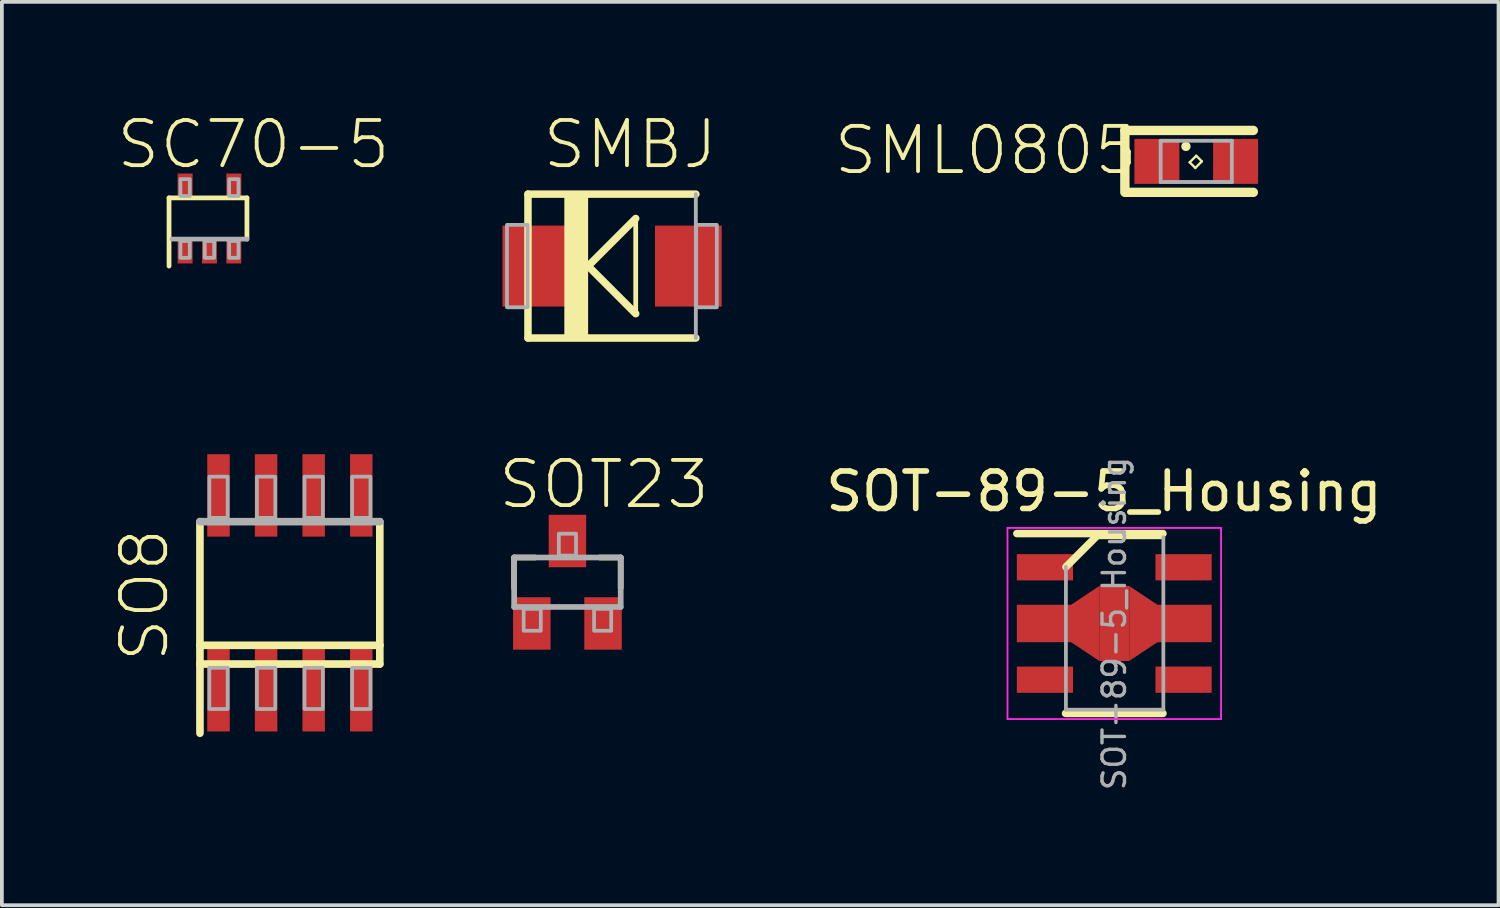
<source format=kicad_pcb>
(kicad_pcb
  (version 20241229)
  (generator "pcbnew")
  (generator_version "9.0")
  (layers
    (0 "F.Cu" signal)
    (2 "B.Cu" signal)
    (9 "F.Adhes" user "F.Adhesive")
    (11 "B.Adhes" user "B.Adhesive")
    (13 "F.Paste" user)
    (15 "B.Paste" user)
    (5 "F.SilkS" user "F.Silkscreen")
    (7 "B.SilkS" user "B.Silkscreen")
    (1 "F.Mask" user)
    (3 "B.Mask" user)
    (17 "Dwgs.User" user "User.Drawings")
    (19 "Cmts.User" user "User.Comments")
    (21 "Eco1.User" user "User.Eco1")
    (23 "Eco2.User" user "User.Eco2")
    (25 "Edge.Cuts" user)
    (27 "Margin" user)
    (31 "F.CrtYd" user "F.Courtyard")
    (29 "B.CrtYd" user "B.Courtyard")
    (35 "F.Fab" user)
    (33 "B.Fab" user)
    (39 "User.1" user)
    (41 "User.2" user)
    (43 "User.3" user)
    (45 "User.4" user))
  (footprint "SO8"
    (layer "F.Cu")
    (at 4.686 12.771)
    (property "Reference" "SO8" (at -3.175 1.905 90) (layer "F.SilkS") (effects (font (size 1.206 1.206) (thickness 0.102)) (justify left bottom)))
    (attr through_hole)
    (fp_line (start -2.4 1.4) (end -2.4 -1.9) (stroke (width 0.203) (type solid)) (layer "F.SilkS"))
    (fp_line (start -2.4 3.747) (end -2.4 1.4) (stroke (width 0.203) (type solid)) (layer "F.SilkS"))
    (fp_line (start 2.4 -1.9) (end 2.4 1.4) (stroke (width 0.203) (type solid)) (layer "F.SilkS"))
    (fp_line (start 2.4 1.4) (end -2.4 1.4) (stroke (width 0.203) (type solid)) (layer "F.SilkS"))
    (fp_line (start 2.4 1.4) (end 2.4 1.9) (stroke (width 0.203) (type solid)) (layer "F.SilkS"))
    (fp_line (start 2.4 1.9) (end -2.4 1.9) (stroke (width 0.203) (type solid)) (layer "F.SilkS"))
    (fp_line (start -2.4 -1.9) (end 2.4 -1.9) (stroke (width 0.203) (type solid)) (layer "F.Fab"))
    (fp_poly (pts (xy -2.15 -2) (xy -1.66 -2) (xy -1.66 -3.1) (xy -2.15 -3.1)) (stroke (width 0.1) (type solid)) (fill no) (layer "F.Fab"))
    (fp_poly (pts (xy -2.15 3.1) (xy -1.66 3.1) (xy -1.66 2) (xy -2.15 2)) (stroke (width 0.1) (type solid)) (fill no) (layer "F.Fab"))
    (fp_poly (pts (xy -0.88 -2) (xy -0.39 -2) (xy -0.39 -3.1) (xy -0.88 -3.1)) (stroke (width 0.1) (type solid)) (fill no) (layer "F.Fab"))
    (fp_poly (pts (xy -0.88 3.1) (xy -0.39 3.1) (xy -0.39 2) (xy -0.88 2)) (stroke (width 0.1) (type solid)) (fill no) (layer "F.Fab"))
    (fp_poly (pts (xy 0.39 -2) (xy 0.88 -2) (xy 0.88 -3.1) (xy 0.39 -3.1)) (stroke (width 0.1) (type solid)) (fill no) (layer "F.Fab"))
    (fp_poly (pts (xy 0.39 3.1) (xy 0.88 3.1) (xy 0.88 2) (xy 0.39 2)) (stroke (width 0.1) (type solid)) (fill no) (layer "F.Fab"))
    (fp_poly (pts (xy 1.66 -2) (xy 2.15 -2) (xy 2.15 -3.1) (xy 1.66 -3.1)) (stroke (width 0.1) (type solid)) (fill no) (layer "F.Fab"))
    (fp_poly (pts (xy 1.66 3.1) (xy 2.15 3.1) (xy 2.15 2) (xy 1.66 2)) (stroke (width 0.1) (type solid)) (fill no) (layer "F.Fab"))
    (pad "1" smd rect (at -1.905 2.6) (size 0.6 2.2) (layers "F.Cu" "F.Mask" "F.Paste"))
    (pad "2" smd rect (at -0.635 2.6) (size 0.6 2.2) (layers "F.Cu" "F.Mask" "F.Paste"))
    (pad "3" smd rect (at 0.635 2.6) (size 0.6 2.2) (layers "F.Cu" "F.Mask" "F.Paste"))
    (pad "4" smd rect (at 1.905 2.6) (size 0.6 2.2) (layers "F.Cu" "F.Mask" "F.Paste"))
    (pad "5" smd rect (at 1.905 -2.6) (size 0.6 2.2) (layers "F.Cu" "F.Mask" "F.Paste"))
    (pad "6" smd rect (at 0.635 -2.6) (size 0.6 2.2) (layers "F.Cu" "F.Mask" "F.Paste"))
    (pad "7" smd rect (at -0.635 -2.6) (size 0.6 2.2) (layers "F.Cu" "F.Mask" "F.Paste"))
    (pad "8" smd rect (at -1.905 -2.6) (size 0.6 2.2) (layers "F.Cu" "F.Mask" "F.Paste")))
  (footprint "SMBJ"
    (layer "F.Cu")
    (at 13.28 4.051)
    (property "Reference" "SMBJ" (at -1.905 -2.54 0) (layer "F.SilkS") (effects (font (size 1.206 1.206) (thickness 0.102)) (justify left bottom)))
    (attr through_hole)
    (fp_line (start -2.24 -1.92) (end 2.24 -1.92) (stroke (width 0.2) (type solid)) (layer "F.SilkS"))
    (fp_line (start -2.24 1.92) (end -2.24 -1.92) (stroke (width 0.2) (type solid)) (layer "F.SilkS"))
    (fp_line (start -0.635 0) (end 0.635 1.27) (stroke (width 0.2) (type solid)) (layer "F.SilkS"))
    (fp_line (start 0.635 -1.27) (end -0.635 0) (stroke (width 0.2) (type solid)) (layer "F.SilkS"))
    (fp_line (start 0.635 1.27) (end 0.635 -1.27) (stroke (width 0.127) (type solid)) (layer "F.SilkS"))
    (fp_line (start 2.24 1.92) (end -2.24 1.92) (stroke (width 0.2) (type solid)) (layer "F.SilkS"))
    (fp_poly (pts (xy -1.27 1.905) (xy -0.635 1.905) (xy -0.635 -1.905) (xy -1.27 -1.905)) (stroke (width 0) (type solid)) (fill yes) (layer "F.SilkS"))
    (fp_line (start 2.24 -1.92) (end 2.24 1.92) (stroke (width 0.102) (type solid)) (layer "F.Fab"))
    (fp_poly (pts (xy -2.8 1.1) (xy -2.25 1.1) (xy -2.25 -1.1) (xy -2.8 -1.1)) (stroke (width 0.1) (type solid)) (fill no) (layer "F.Fab"))
    (fp_poly (pts (xy 2.25 1.1) (xy 2.8 1.1) (xy 2.8 -1.1) (xy 2.25 -1.1)) (stroke (width 0.1) (type solid)) (fill no) (layer "F.Fab"))
    (pad "A" smd rect (at 2.04 0 180) (size 1.78 2.16) (layers "F.Cu" "F.Mask" "F.Paste"))
    (pad "C" smd rect (at -2.03 0) (size 1.78 2.16) (layers "F.Cu" "F.Mask" "F.Paste")))
  (footprint "SOT23"
    (layer "F.Cu")
    (at 12.093 12.488)
    (property "Reference" "SOT23" (at -1.905 -1.905 0) (layer "F.SilkS") (effects (font (size 1.206 1.206) (thickness 0.102)) (justify left bottom)))
    (attr through_hole)
    (fp_line (start -1.422 -0.66) (end -0.864 -0.66) (stroke (width 0.152) (type solid)) (layer "F.SilkS"))
    (fp_line (start -1.422 0.152) (end -1.422 -0.66) (stroke (width 0.152) (type solid)) (layer "F.SilkS"))
    (fp_line (start 0.864 -0.66) (end 1.422 -0.66) (stroke (width 0.152) (type solid)) (layer "F.SilkS"))
    (fp_line (start 1.422 -0.66) (end 1.422 0.152) (stroke (width 0.152) (type solid)) (layer "F.SilkS"))
    (fp_line (start -1.422 -0.66) (end 1.422 -0.66) (stroke (width 0.152) (type solid)) (layer "F.Fab"))
    (fp_line (start -1.422 0.66) (end -1.422 -0.66) (stroke (width 0.152) (type solid)) (layer "F.Fab"))
    (fp_line (start 1.422 -0.66) (end 1.422 0.66) (stroke (width 0.152) (type solid)) (layer "F.Fab"))
    (fp_line (start 1.422 0.66) (end -1.422 0.66) (stroke (width 0.152) (type solid)) (layer "F.Fab"))
    (fp_poly (pts (xy -1.168 1.295) (xy -0.711 1.295) (xy -0.711 0.711) (xy -1.168 0.711)) (stroke (width 0.1) (type solid)) (fill no) (layer "F.Fab"))
    (fp_poly (pts (xy -0.229 -0.711) (xy 0.229 -0.711) (xy 0.229 -1.295) (xy -0.229 -1.295)) (stroke (width 0.1) (type solid)) (fill no) (layer "F.Fab"))
    (fp_poly (pts (xy 0.711 1.295) (xy 1.168 1.295) (xy 1.168 0.711) (xy 0.711 0.711)) (stroke (width 0.1) (type solid)) (fill no) (layer "F.Fab"))
    (pad "1" smd rect (at -0.95 1.1) (size 1 1.4) (layers "F.Cu" "F.Mask" "F.Paste"))
    (pad "2" smd rect (at 0.95 1.1) (size 1 1.4) (layers "F.Cu" "F.Mask" "F.Paste"))
    (pad "3" smd rect (at 0 -1.1) (size 1 1.4) (layers "F.Cu" "F.Mask" "F.Paste")))
  (footprint "SOT-89-5_Housing"
    (layer "F.Cu")
    (at 26.686 13.589)
    (property "Reference" "SOT-89-5_Housing" (at -0.275 -3.525 0) (layer "F.SilkS") (effects (font (size 1 1) (thickness 0.15))))
    (attr smd)
    (fp_line (start -2.6 -2.4) (end 1.3 -2.4) (stroke (width 0.2) (type solid)) (layer "F.SilkS"))
    (fp_line (start -1.29 -1.51) (end -0.5 -2.3) (stroke (width 0.2) (type solid)) (layer "F.SilkS"))
    (fp_line (start -0.5 -2.3) (end 1.31 -2.3) (stroke (width 0.1) (type solid)) (layer "F.SilkS"))
    (fp_line (start 1.3 2.4) (end -1.3 2.4) (stroke (width 0.2) (type solid)) (layer "F.SilkS"))
    (fp_line (start -2.85 2.55) (end -2.85 -2.55) (stroke (width 0.05) (type solid)) (layer "F.CrtYd"))
    (fp_line (start -2.85 2.55) (end 2.85 2.55) (stroke (width 0.05) (type solid)) (layer "F.CrtYd"))
    (fp_line (start 2.85 -2.55) (end -2.85 -2.55) (stroke (width 0.05) (type solid)) (layer "F.CrtYd"))
    (fp_line (start 2.85 -2.55) (end 2.85 2.55) (stroke (width 0.05) (type solid)) (layer "F.CrtYd"))
    (fp_line (start -1.29 2.3) (end -1.29 -1.51) (stroke (width 0.1) (type solid)) (layer "F.Fab"))
    (fp_line (start 1.31 -2.3) (end 1.31 2.3) (stroke (width 0.1) (type solid)) (layer "F.Fab"))
    (fp_line (start 1.31 2.3) (end -1.29 2.3) (stroke (width 0.1) (type solid)) (layer "F.Fab"))
    (fp_text user "${REFERENCE}" (at 0 0 90) (layer "F.Fab") (effects (font (size 0.6 0.6) (thickness 0.09))))
    (pad "1" smd rect (at -1.85 -1.5 270) (size 0.7 1.5) (layers "F.Cu" "F.Mask" "F.Paste"))
    (pad "2" smd rect (at -1.85 0 270) (size 1 1.5) (layers "F.Cu" "F.Mask" "F.Paste"))
    (pad "2" smd trapezoid (at -0.775 0 90) (size 1.5 0.75) (rect_delta 0 0.5) (layers "F.Cu" "F.Mask" "F.Paste"))
    (pad "2" smd rect (at 0 0 270) (size 2 0.8) (layers "F.Cu" "F.Mask" "F.Paste"))
    (pad "2" smd trapezoid (at 0.775 0 270) (size 1.5 0.75) (rect_delta 0 0.5) (layers "F.Cu" "F.Mask" "F.Paste"))
    (pad "2" smd rect (at 1.85 0 270) (size 1 1.5) (layers "F.Cu" "F.Mask" "F.Paste"))
    (pad "3" smd rect (at -1.85 1.5 270) (size 0.7 1.5) (layers "F.Cu" "F.Mask" "F.Paste"))
    (pad "4" smd rect (at 1.85 1.5 270) (size 0.7 1.5) (layers "F.Cu" "F.Mask" "F.Paste"))
    (pad "5" smd rect (at 1.85 -1.5 270) (size 0.7 1.5) (layers "F.Cu" "F.Mask" "F.Paste")))
  (footprint "SC70-5"
    (layer "F.Cu")
    (at 2.54 2.781)
    (property "Reference" "SC70-5" (at -2.54 -1.27 0) (layer "F.SilkS") (effects (font (size 1.206 1.206) (thickness 0.102)) (justify left bottom)))
    (attr through_hole)
    (fp_line (start -1.079 -0.55) (end -1.079 1.27) (stroke (width 0.127) (type solid)) (layer "F.SilkS"))
    (fp_line (start 1 -0.55) (end -1.079 -0.55) (stroke (width 0.127) (type solid)) (layer "F.SilkS"))
    (fp_line (start 1 0.55) (end 1 -0.55) (stroke (width 0.127) (type solid)) (layer "F.SilkS"))
    (fp_line (start -1 0.55) (end 1 0.55) (stroke (width 0.127) (type solid)) (layer "F.Fab"))
    (fp_poly (pts (xy -0.775 -0.6) (xy -0.525 -0.6) (xy -0.525 -1.05) (xy -0.775 -1.05)) (stroke (width 0.1) (type solid)) (fill no) (layer "F.Fab"))
    (fp_poly (pts (xy -0.775 1.05) (xy -0.525 1.05) (xy -0.525 0.6) (xy -0.775 0.6)) (stroke (width 0.1) (type solid)) (fill no) (layer "F.Fab"))
    (fp_poly (pts (xy -0.125 1.05) (xy 0.125 1.05) (xy 0.125 0.6) (xy -0.125 0.6)) (stroke (width 0.1) (type solid)) (fill no) (layer "F.Fab"))
    (fp_poly (pts (xy 0.525 -0.6) (xy 0.775 -0.6) (xy 0.775 -1.05) (xy 0.525 -1.05)) (stroke (width 0.1) (type solid)) (fill no) (layer "F.Fab"))
    (fp_poly (pts (xy 0.525 1.05) (xy 0.775 1.05) (xy 0.775 0.6) (xy 0.525 0.6)) (stroke (width 0.1) (type solid)) (fill no) (layer "F.Fab"))
    (pad "1" smd rect (at -0.65 0.85) (size 0.4 0.7) (layers "F.Cu" "F.Mask" "F.Paste"))
    (pad "2" smd rect (at 0 0.85) (size 0.4 0.7) (layers "F.Cu" "F.Mask" "F.Paste"))
    (pad "3" smd rect (at 0.65 0.85) (size 0.4 0.7) (layers "F.Cu" "F.Mask" "F.Paste"))
    (pad "4" smd rect (at 0.65 -0.85) (size 0.4 0.7) (layers "F.Cu" "F.Mask" "F.Paste"))
    (pad "5" smd rect (at -0.65 -0.85) (size 0.4 0.7) (layers "F.Cu" "F.Mask" "F.Paste")))
  (footprint "SML0805"
    (layer "F.Cu")
    (at 28.874 1.257)
    (property "Reference" "SML0805" (at -1.5 -1 0) (layer "F.SilkS") (effects (font (size 1.206 1.206) (thickness 0.102)) (justify right top)))
    (attr through_hole)
    (fp_line (start -1.905 -0.826) (end -1.905 0.826) (stroke (width 0.25) (type solid)) (layer "F.SilkS"))
    (fp_line (start -0.175 0.025) (end 0 -0.15) (stroke (width 0.063) (type solid)) (layer "F.SilkS"))
    (fp_line (start -0.025 0.175) (end -0.175 0.025) (stroke (width 0.063) (type solid)) (layer "F.SilkS"))
    (fp_line (start 0 -0.15) (end 0.15 0) (stroke (width 0.063) (type solid)) (layer "F.SilkS"))
    (fp_line (start 0.15 0) (end -0.025 0.175) (stroke (width 0.063) (type solid)) (layer "F.SilkS"))
    (fp_line (start 1.524 -0.826) (end -1.905 -0.826) (stroke (width 0.25) (type solid)) (layer "F.SilkS"))
    (fp_line (start 1.524 0.826) (end -1.841 0.826) (stroke (width 0.25) (type solid)) (layer "F.SilkS"))
    (fp_circle (center -0.275 -0.4) (end -0.212 -0.4) (stroke (width 0.125) (type solid)) (fill no) (layer "F.SilkS"))
    (fp_line (start -0.95 -0.55) (end -0.95 0.55) (stroke (width 0.102) (type solid)) (layer "F.Fab"))
    (fp_line (start -0.95 0.55) (end 0.95 0.55) (stroke (width 0.102) (type solid)) (layer "F.Fab"))
    (fp_line (start 0.95 -0.55) (end -0.95 -0.55) (stroke (width 0.102) (type solid)) (layer "F.Fab"))
    (fp_line (start 0.95 0.55) (end 0.95 -0.55) (stroke (width 0.102) (type solid)) (layer "F.Fab"))
    (pad "A" smd rect (at 1.05 0) (size 1.2 1.2) (layers "F.Cu" "F.Mask" "F.Paste"))
    (pad "C" smd rect (at -1.05 0) (size 1.2 1.2) (layers "F.Cu" "F.Mask" "F.Paste")))
  (gr_rect
    (start -3 -3)
    (end 36.941 21.107)
    (stroke (width 0.1) (type default))
    (fill no)
    (layer "Edge.Cuts")))
</source>
